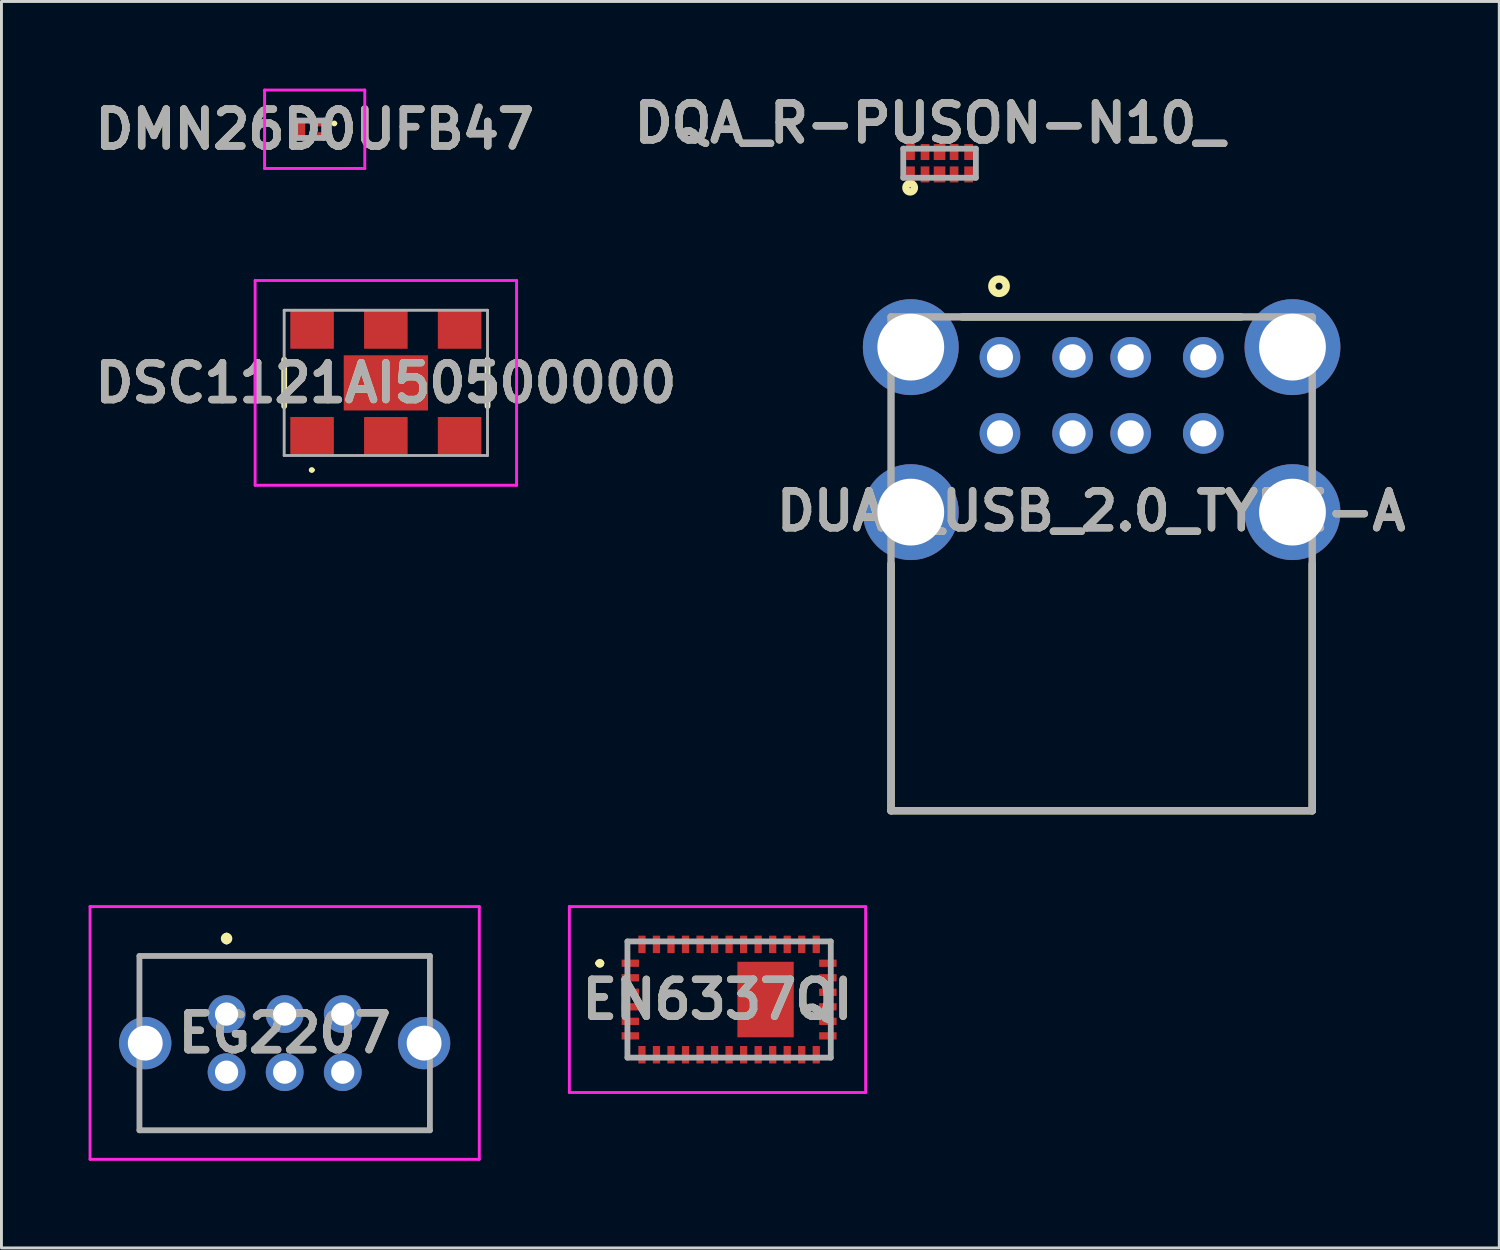
<source format=kicad_pcb>
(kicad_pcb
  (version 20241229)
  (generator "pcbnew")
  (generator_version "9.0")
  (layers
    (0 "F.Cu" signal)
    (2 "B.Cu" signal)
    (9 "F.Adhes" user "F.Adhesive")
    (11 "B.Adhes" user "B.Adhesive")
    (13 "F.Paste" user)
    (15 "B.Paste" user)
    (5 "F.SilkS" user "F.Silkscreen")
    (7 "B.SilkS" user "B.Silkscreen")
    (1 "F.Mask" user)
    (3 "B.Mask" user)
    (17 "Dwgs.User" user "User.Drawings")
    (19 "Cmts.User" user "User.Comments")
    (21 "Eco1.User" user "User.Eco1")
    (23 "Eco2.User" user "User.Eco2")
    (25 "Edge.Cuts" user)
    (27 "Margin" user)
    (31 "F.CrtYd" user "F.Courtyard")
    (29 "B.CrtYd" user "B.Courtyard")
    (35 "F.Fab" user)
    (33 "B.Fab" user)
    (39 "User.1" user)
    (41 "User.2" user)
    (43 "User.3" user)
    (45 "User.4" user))
  (footprint "DSC1121AI50500000"
    (layer "F.Cu")
    (at 10.233 10.131)
    (property "Reference" "DSC1121AI50500000" (at 0 0 0) (layer "F.SilkS") (effects (font (size 1.27 1.27) (thickness 0.254))))
    (attr smd)
    (fp_line (start -3.5 -0.8) (end -3.5 0.8) (stroke (width 0.2) (type solid)) (layer "F.SilkS"))
    (fp_line (start -2.6 3) (end -2.6 3) (stroke (width 0.1) (type solid)) (layer "F.SilkS"))
    (fp_line (start -2.5 3) (end -2.5 3) (stroke (width 0.1) (type solid)) (layer "F.SilkS"))
    (fp_line (start 3.5 -0.8) (end 3.5 0.8) (stroke (width 0.2) (type solid)) (layer "F.SilkS"))
    (fp_arc (start -2.6 3) (mid -2.55 2.95) (end -2.5 3) (stroke (width 0.1) (type solid)) (layer "F.SilkS"))
    (fp_arc (start -2.5 3) (mid -2.55 3.05) (end -2.6 3) (stroke (width 0.1) (type solid)) (layer "F.SilkS"))
    (fp_line (start -4.5 -3.525) (end 4.5 -3.525) (stroke (width 0.1) (type solid)) (layer "F.CrtYd"))
    (fp_line (start -4.5 3.525) (end -4.5 -3.525) (stroke (width 0.1) (type solid)) (layer "F.CrtYd"))
    (fp_line (start 4.5 -3.525) (end 4.5 3.525) (stroke (width 0.1) (type solid)) (layer "F.CrtYd"))
    (fp_line (start 4.5 3.525) (end -4.5 3.525) (stroke (width 0.1) (type solid)) (layer "F.CrtYd"))
    (fp_line (start -3.5 -2.5) (end 3.5 -2.5) (stroke (width 0.1) (type solid)) (layer "F.Fab"))
    (fp_line (start -3.5 2.5) (end -3.5 -2.5) (stroke (width 0.1) (type solid)) (layer "F.Fab"))
    (fp_line (start 3.5 -2.5) (end 3.5 2.5) (stroke (width 0.1) (type solid)) (layer "F.Fab"))
    (fp_line (start 3.5 2.5) (end -3.5 2.5) (stroke (width 0.1) (type solid)) (layer "F.Fab"))
    (fp_text user "${REFERENCE}" (at 0 0 0) (layer "F.Fab") (effects (font (size 1.27 1.27) (thickness 0.254))))
    (pad "1" smd rect (at -2.54 1.85 90) (size 1.35 1.5) (layers "F.Cu" "F.Mask" "F.Paste"))
    (pad "2" smd rect (at 0 1.85 90) (size 1.35 1.5) (layers "F.Cu" "F.Mask" "F.Paste"))
    (pad "3" smd rect (at 2.54 1.85 90) (size 1.35 1.5) (layers "F.Cu" "F.Mask" "F.Paste"))
    (pad "4" smd rect (at 2.54 -1.85 90) (size 1.35 1.5) (layers "F.Cu" "F.Mask" "F.Paste"))
    (pad "5" smd rect (at 0 -1.85 90) (size 1.35 1.5) (layers "F.Cu" "F.Mask" "F.Paste"))
    (pad "6" smd rect (at -2.54 -1.85 90) (size 1.35 1.5) (layers "F.Cu" "F.Mask" "F.Paste"))
    (pad "7" smd rect (at 0 0 90) (size 1.9 2.9) (layers "F.Cu" "F.Mask" "F.Paste")))
  (footprint "DMN26D0UFB47"
    (layer "F.Cu")
    (at 7.608 1.4)
    (property "Reference" "DMN26D0UFB47" (at 0.175 0 0) (layer "F.SilkS") (effects (font (size 1.27 1.27) (thickness 0.254))))
    (attr smd)
    (fp_line (start 0.8 -0.2) (end 0.8 -0.2) (stroke (width 0.1) (type solid)) (layer "F.SilkS"))
    (fp_line (start 0.9 -0.2) (end 0.9 -0.2) (stroke (width 0.1) (type solid)) (layer "F.SilkS"))
    (fp_arc (start 0.8 -0.2) (mid 0.85 -0.25) (end 0.9 -0.2) (stroke (width 0.1) (type solid)) (layer "F.SilkS"))
    (fp_arc (start 0.9 -0.2) (mid 0.85 -0.15) (end 0.8 -0.2) (stroke (width 0.1) (type solid)) (layer "F.SilkS"))
    (fp_line (start -1.55 -1.35) (end -1.55 1.35) (stroke (width 0.1) (type solid)) (layer "F.CrtYd"))
    (fp_line (start -1.55 1.35) (end 1.9 1.35) (stroke (width 0.1) (type solid)) (layer "F.CrtYd"))
    (fp_line (start 1.9 -1.35) (end -1.55 -1.35) (stroke (width 0.1) (type solid)) (layer "F.CrtYd"))
    (fp_line (start 1.9 1.35) (end 1.9 -1.35) (stroke (width 0.1) (type solid)) (layer "F.CrtYd"))
    (fp_line (start -0.5 -0.3) (end -0.5 0.3) (stroke (width 0.2) (type solid)) (layer "F.Fab"))
    (fp_line (start -0.5 0.3) (end 0.5 0.3) (stroke (width 0.2) (type solid)) (layer "F.Fab"))
    (fp_line (start 0.5 -0.3) (end -0.5 -0.3) (stroke (width 0.2) (type solid)) (layer "F.Fab"))
    (fp_line (start 0.5 0.3) (end 0.5 -0.3) (stroke (width 0.2) (type solid)) (layer "F.Fab"))
    (fp_text user "${REFERENCE}" (at 0.175 0 0) (layer "F.Fab") (effects (font (size 1.27 1.27) (thickness 0.254))))
    (pad "1" smd rect (at 0.35 -0.225 90) (size 0.25 0.4) (layers "F.Cu" "F.Mask" "F.Paste"))
    (pad "2" smd rect (at 0.35 0.225 90) (size 0.25 0.4) (layers "F.Cu" "F.Mask" "F.Paste"))
    (pad "3" smd rect (at -0.35 0) (size 0.4 0.7) (layers "F.Cu" "F.Mask" "F.Paste")))
  (footprint "DUAL_USB_2.0_TYPE-A"
    (layer "F.Cu")
    (at 34.874 24.86)
    (property "Reference" "DUAL_USB_2.0_TYPE-A" (at -0.36 -10.317 0) (layer "F.SilkS") (effects (font (size 1.27 1.27) (thickness 0.254))))
    (attr through_hole)
    (fp_line (start -7.25 0) (end -7.25 -8.5) (stroke (width 0.254) (type solid)) (layer "F.SilkS"))
    (fp_line (start -7.25 0) (end 7.25 0) (stroke (width 0.254) (type solid)) (layer "F.SilkS"))
    (fp_line (start -4.8 -17) (end 4.8 -17) (stroke (width 0.254) (type solid)) (layer "F.SilkS"))
    (fp_line (start 7.25 0) (end 7.25 -8.5) (stroke (width 0.254) (type solid)) (layer "F.SilkS"))
    (fp_circle (center -3.532 -18.056) (end -3.532 -17.935) (stroke (width 0.254) (type solid)) (fill no) (layer "F.SilkS"))
    (fp_line (start -7.25 -17) (end 7.25 -17) (stroke (width 0.254) (type solid)) (layer "F.Fab"))
    (fp_line (start -7.25 0) (end -7.25 -17) (stroke (width 0.254) (type solid)) (layer "F.Fab"))
    (fp_line (start 7.25 -17) (end 7.25 0) (stroke (width 0.254) (type solid)) (layer "F.Fab"))
    (fp_line (start 7.25 0) (end -7.25 0) (stroke (width 0.254) (type solid)) (layer "F.Fab"))
    (fp_text user "${REFERENCE}" (at -0.36 -10.317 0) (layer "F.Fab") (effects (font (size 1.27 1.27) (thickness 0.254))))
    (pad "1" thru_hole circle (at -3.5 -15.61) (size 1.4 1.4) (drill 0.9) (layers "*.Cu" "*.Mask"))
    (pad "2" thru_hole circle (at -1 -15.61) (size 1.4 1.4) (drill 0.9) (layers "*.Cu" "*.Mask"))
    (pad "3" thru_hole circle (at 1 -15.61) (size 1.4 1.4) (drill 0.9) (layers "*.Cu" "*.Mask"))
    (pad "4" thru_hole circle (at 3.5 -15.61) (size 1.4 1.4) (drill 0.9) (layers "*.Cu" "*.Mask"))
    (pad "5" thru_hole circle (at -3.5 -12.99) (size 1.4 1.4) (drill 0.9) (layers "*.Cu" "*.Mask"))
    (pad "6" thru_hole circle (at -1 -12.99) (size 1.4 1.4) (drill 0.9) (layers "*.Cu" "*.Mask"))
    (pad "7" thru_hole circle (at 1 -12.99) (size 1.4 1.4) (drill 0.9) (layers "*.Cu" "*.Mask"))
    (pad "8" thru_hole circle (at 3.5 -12.99) (size 1.4 1.4) (drill 0.9) (layers "*.Cu" "*.Mask"))
    (pad "9" thru_hole circle (at -6.57 -15.96) (size 3.3 3.3) (drill 2.3) (layers "*.Cu" "*.Mask"))
    (pad "10" thru_hole circle (at 6.57 -15.96) (size 3.3 3.3) (drill 2.3) (layers "*.Cu" "*.Mask"))
    (pad "11" thru_hole circle (at 6.57 -10.28) (size 3.3 3.3) (drill 2.3) (layers "*.Cu" "*.Mask"))
    (pad "12" thru_hole circle (at -6.57 -10.28) (size 3.3 3.3) (drill 2.3) (layers "*.Cu" "*.Mask")))
  (footprint "EN6337QI"
    (layer "F.Cu")
    (at 22.05 31.36)
    (property "Reference" "EN6337QI" (at -0.4 0 0) (layer "F.SilkS") (effects (font (size 1.27 1.27) (thickness 0.254))))
    (attr smd)
    (fp_line (start -4.5 -1.25) (end -4.5 -1.25) (stroke (width 0.2) (type solid)) (layer "F.SilkS"))
    (fp_line (start -4.5 -1.25) (end -4.5 -1.25) (stroke (width 0.2) (type solid)) (layer "F.SilkS"))
    (fp_line (start -4.4 -1.25) (end -4.4 -1.25) (stroke (width 0.2) (type solid)) (layer "F.SilkS"))
    (fp_line (start -3.5 -2) (end -3.5 -2) (stroke (width 0.1) (type solid)) (layer "F.SilkS"))
    (fp_line (start -3.5 -2) (end -3.5 -1.75) (stroke (width 0.1) (type solid)) (layer "F.SilkS"))
    (fp_line (start -3.5 -1.75) (end -3.5 -2) (stroke (width 0.1) (type solid)) (layer "F.SilkS"))
    (fp_line (start -3.5 -1.75) (end -3.5 -1.75) (stroke (width 0.1) (type solid)) (layer "F.SilkS"))
    (fp_line (start -3.5 1.75) (end -3.5 1.75) (stroke (width 0.1) (type solid)) (layer "F.SilkS"))
    (fp_line (start -3.5 1.75) (end -3.5 2) (stroke (width 0.1) (type solid)) (layer "F.SilkS"))
    (fp_line (start -3.5 2) (end -3.5 1.75) (stroke (width 0.1) (type solid)) (layer "F.SilkS"))
    (fp_line (start -3.5 2) (end -3.5 2) (stroke (width 0.1) (type solid)) (layer "F.SilkS"))
    (fp_line (start 3.5 -2) (end 3.5 -2) (stroke (width 0.1) (type solid)) (layer "F.SilkS"))
    (fp_line (start 3.5 -2) (end 3.5 -1.75) (stroke (width 0.1) (type solid)) (layer "F.SilkS"))
    (fp_line (start 3.5 -1.75) (end 3.5 -2) (stroke (width 0.1) (type solid)) (layer "F.SilkS"))
    (fp_line (start 3.5 -1.75) (end 3.5 -1.75) (stroke (width 0.1) (type solid)) (layer "F.SilkS"))
    (fp_line (start 3.5 1.75) (end 3.5 1.75) (stroke (width 0.1) (type solid)) (layer "F.SilkS"))
    (fp_line (start 3.5 1.75) (end 3.5 2) (stroke (width 0.1) (type solid)) (layer "F.SilkS"))
    (fp_line (start 3.5 2) (end 3.5 1.75) (stroke (width 0.1) (type solid)) (layer "F.SilkS"))
    (fp_line (start 3.5 2) (end 3.5 2) (stroke (width 0.1) (type solid)) (layer "F.SilkS"))
    (fp_arc (start -4.5 -1.25) (mid -4.45 -1.3) (end -4.4 -1.25) (stroke (width 0.2) (type solid)) (layer "F.SilkS"))
    (fp_arc (start -4.4 -1.25) (mid -4.45 -1.2) (end -4.5 -1.25) (stroke (width 0.2) (type solid)) (layer "F.SilkS"))
    (fp_arc (start -4.4 -1.25) (mid -4.45 -1.2) (end -4.5 -1.25) (stroke (width 0.2) (type solid)) (layer "F.SilkS"))
    (fp_line (start -5.5 -3.2) (end 4.7 -3.2) (stroke (width 0.1) (type solid)) (layer "F.CrtYd"))
    (fp_line (start -5.5 3.2) (end -5.5 -3.2) (stroke (width 0.1) (type solid)) (layer "F.CrtYd"))
    (fp_line (start 4.7 -3.2) (end 4.7 3.2) (stroke (width 0.1) (type solid)) (layer "F.CrtYd"))
    (fp_line (start 4.7 3.2) (end -5.5 3.2) (stroke (width 0.1) (type solid)) (layer "F.CrtYd"))
    (fp_line (start -3.5 -2) (end -3.5 2) (stroke (width 0.2) (type solid)) (layer "F.Fab"))
    (fp_line (start -3.5 2) (end 3.5 2) (stroke (width 0.2) (type solid)) (layer "F.Fab"))
    (fp_line (start 3.5 -2) (end -3.5 -2) (stroke (width 0.2) (type solid)) (layer "F.Fab"))
    (fp_line (start 3.5 2) (end 3.5 -2) (stroke (width 0.2) (type solid)) (layer "F.Fab"))
    (fp_text user "${REFERENCE}" (at -0.4 0 0) (layer "F.Fab") (effects (font (size 1.27 1.27) (thickness 0.254))))
    (pad "1" smd rect (at -3.4 -1.25 90) (size 0.25 0.6) (layers "F.Cu" "F.Mask" "F.Paste"))
    (pad "2" smd rect (at -3.4 -0.75 90) (size 0.25 0.6) (layers "F.Cu" "F.Mask" "F.Paste"))
    (pad "3" smd rect (at -3.4 -0.25 90) (size 0.25 0.6) (layers "F.Cu" "F.Mask" "F.Paste"))
    (pad "4" smd rect (at -3.4 0.25 90) (size 0.25 0.6) (layers "F.Cu" "F.Mask" "F.Paste"))
    (pad "5" smd rect (at -3.4 0.75 90) (size 0.25 0.6) (layers "F.Cu" "F.Mask" "F.Paste"))
    (pad "6" smd rect (at -3.4 1.25 90) (size 0.25 0.6) (layers "F.Cu" "F.Mask" "F.Paste"))
    (pad "7" smd rect (at -3 1.9) (size 0.25 0.6) (layers "F.Cu" "F.Mask" "F.Paste"))
    (pad "8" smd rect (at -2.5 1.9) (size 0.25 0.6) (layers "F.Cu" "F.Mask" "F.Paste"))
    (pad "9" smd rect (at -2 1.9) (size 0.25 0.6) (layers "F.Cu" "F.Mask" "F.Paste"))
    (pad "10" smd rect (at -1.5 1.9) (size 0.25 0.6) (layers "F.Cu" "F.Mask" "F.Paste"))
    (pad "11" smd rect (at -1 1.9) (size 0.25 0.6) (layers "F.Cu" "F.Mask" "F.Paste"))
    (pad "12" smd rect (at -0.5 1.9) (size 0.25 0.6) (layers "F.Cu" "F.Mask" "F.Paste"))
    (pad "13" smd rect (at 0 1.9) (size 0.25 0.6) (layers "F.Cu" "F.Mask" "F.Paste"))
    (pad "14" smd rect (at 0.5 1.9) (size 0.25 0.6) (layers "F.Cu" "F.Mask" "F.Paste"))
    (pad "15" smd rect (at 1 1.9) (size 0.25 0.6) (layers "F.Cu" "F.Mask" "F.Paste"))
    (pad "16" smd rect (at 1.5 1.9) (size 0.25 0.6) (layers "F.Cu" "F.Mask" "F.Paste"))
    (pad "17" smd rect (at 2 1.9) (size 0.25 0.6) (layers "F.Cu" "F.Mask" "F.Paste"))
    (pad "18" smd rect (at 2.5 1.9) (size 0.25 0.6) (layers "F.Cu" "F.Mask" "F.Paste"))
    (pad "19" smd rect (at 3 1.9) (size 0.25 0.6) (layers "F.Cu" "F.Mask" "F.Paste"))
    (pad "20" smd rect (at 3.4 1.25 90) (size 0.25 0.6) (layers "F.Cu" "F.Mask" "F.Paste"))
    (pad "21" smd rect (at 3.4 0.75 90) (size 0.25 0.6) (layers "F.Cu" "F.Mask" "F.Paste"))
    (pad "22" smd rect (at 3.4 0.25 90) (size 0.25 0.6) (layers "F.Cu" "F.Mask" "F.Paste"))
    (pad "23" smd rect (at 3.4 -0.25 90) (size 0.25 0.6) (layers "F.Cu" "F.Mask" "F.Paste"))
    (pad "24" smd rect (at 3.4 -0.75 90) (size 0.25 0.6) (layers "F.Cu" "F.Mask" "F.Paste"))
    (pad "25" smd rect (at 3.4 -1.25 90) (size 0.25 0.6) (layers "F.Cu" "F.Mask" "F.Paste"))
    (pad "26" smd rect (at 3 -1.9) (size 0.25 0.6) (layers "F.Cu" "F.Mask" "F.Paste"))
    (pad "27" smd rect (at 2.5 -1.9) (size 0.25 0.6) (layers "F.Cu" "F.Mask" "F.Paste"))
    (pad "28" smd rect (at 2 -1.9) (size 0.25 0.6) (layers "F.Cu" "F.Mask" "F.Paste"))
    (pad "29" smd rect (at 1.5 -1.9) (size 0.25 0.6) (layers "F.Cu" "F.Mask" "F.Paste"))
    (pad "30" smd rect (at 1 -1.9) (size 0.25 0.6) (layers "F.Cu" "F.Mask" "F.Paste"))
    (pad "31" smd rect (at 0.5 -1.9) (size 0.25 0.6) (layers "F.Cu" "F.Mask" "F.Paste"))
    (pad "32" smd rect (at 0 -1.9) (size 0.25 0.6) (layers "F.Cu" "F.Mask" "F.Paste"))
    (pad "33" smd rect (at -0.5 -1.9) (size 0.25 0.6) (layers "F.Cu" "F.Mask" "F.Paste"))
    (pad "34" smd rect (at -1 -1.9) (size 0.25 0.6) (layers "F.Cu" "F.Mask" "F.Paste"))
    (pad "35" smd rect (at -1.5 -1.9) (size 0.25 0.6) (layers "F.Cu" "F.Mask" "F.Paste"))
    (pad "36" smd rect (at -2 -1.9) (size 0.25 0.6) (layers "F.Cu" "F.Mask" "F.Paste"))
    (pad "37" smd rect (at -2.5 -1.9) (size 0.25 0.6) (layers "F.Cu" "F.Mask" "F.Paste"))
    (pad "38" smd rect (at -3 -1.9) (size 0.25 0.6) (layers "F.Cu" "F.Mask" "F.Paste"))
    (pad "39" smd rect (at 1.255 0) (size 1.94 2.6) (layers "F.Cu" "F.Mask" "F.Paste")))
  (footprint "DQA_R-PUSON-N10_"
    (layer "F.Cu")
    (at 29.295 2.569)
    (property "Reference" "DQA_R-PUSON-N10_" (at -0.345 -1.38 0) (layer "F.SilkS") (effects (font (size 1.27 1.27) (thickness 0.254))))
    (attr smd)
    (fp_circle (center -1.013 0.842) (end -1.013 0.861) (stroke (width 0.254) (type solid)) (fill no) (layer "F.SilkS"))
    (fp_line (start -1.25 -0.5) (end 1.25 -0.5) (stroke (width 0.2) (type solid)) (layer "F.Fab"))
    (fp_line (start -1.25 0.5) (end -1.25 -0.5) (stroke (width 0.2) (type solid)) (layer "F.Fab"))
    (fp_line (start 1.25 -0.5) (end 1.25 0.5) (stroke (width 0.2) (type solid)) (layer "F.Fab"))
    (fp_line (start 1.25 0.5) (end -1.25 0.5) (stroke (width 0.2) (type solid)) (layer "F.Fab"))
    (fp_text user "${REFERENCE}" (at -0.345 -1.38 0) (layer "F.Fab") (effects (font (size 1.27 1.27) (thickness 0.254))))
    (pad "1" smd rect (at -1 0.385) (size 0.3 0.55) (layers "F.Cu" "F.Mask" "F.Paste"))
    (pad "2" smd rect (at -0.5 0.385) (size 0.3 0.55) (layers "F.Cu" "F.Mask" "F.Paste"))
    (pad "3" smd rect (at 0 0.385) (size 0.4 0.55) (layers "F.Cu" "F.Mask" "F.Paste"))
    (pad "4" smd rect (at 0.5 0.385) (size 0.3 0.55) (layers "F.Cu" "F.Mask" "F.Paste"))
    (pad "5" smd rect (at 1 0.385) (size 0.3 0.55) (layers "F.Cu" "F.Mask" "F.Paste"))
    (pad "6" smd rect (at 1 -0.385) (size 0.3 0.55) (layers "F.Cu" "F.Mask" "F.Paste"))
    (pad "7" smd rect (at 0.5 -0.385) (size 0.3 0.55) (layers "F.Cu" "F.Mask" "F.Paste"))
    (pad "8" smd rect (at 0 -0.385) (size 0.4 0.55) (layers "F.Cu" "F.Mask" "F.Paste"))
    (pad "9" smd rect (at -0.5 -0.385) (size 0.3 0.55) (layers "F.Cu" "F.Mask" "F.Paste"))
    (pad "10" smd rect (at -1 -0.385) (size 0.3 0.55) (layers "F.Cu" "F.Mask" "F.Paste")))
  (footprint "EG2207"
    (layer "F.Cu")
    (at 4.75 31.86)
    (property "Reference" "EG2207" (at 2 0.65 0) (layer "F.SilkS") (effects (font (size 1.27 1.27) (thickness 0.254))))
    (attr through_hole)
    (fp_line (start -3 -2) (end 7 -2) (stroke (width 0.1) (type solid)) (layer "F.SilkS"))
    (fp_line (start 0 -2.7) (end 0 -2.7) (stroke (width 0.2) (type solid)) (layer "F.SilkS"))
    (fp_line (start 0 -2.5) (end 0 -2.5) (stroke (width 0.2) (type solid)) (layer "F.SilkS"))
    (fp_line (start 6.8 4) (end -3 4) (stroke (width 0.1) (type solid)) (layer "F.SilkS"))
    (fp_arc (start 0 -2.7) (mid 0.1 -2.6) (end 0 -2.5) (stroke (width 0.2) (type solid)) (layer "F.SilkS"))
    (fp_arc (start 0 -2.5) (mid -0.1 -2.6) (end 0 -2.7) (stroke (width 0.2) (type solid)) (layer "F.SilkS"))
    (fp_line (start -4.7 -3.7) (end 8.7 -3.7) (stroke (width 0.1) (type solid)) (layer "F.CrtYd"))
    (fp_line (start -4.7 5) (end -4.7 -3.7) (stroke (width 0.1) (type solid)) (layer "F.CrtYd"))
    (fp_line (start 8.7 -3.7) (end 8.7 5) (stroke (width 0.1) (type solid)) (layer "F.CrtYd"))
    (fp_line (start 8.7 5) (end -4.7 5) (stroke (width 0.1) (type solid)) (layer "F.CrtYd"))
    (fp_line (start -3 -2) (end 7 -2) (stroke (width 0.2) (type solid)) (layer "F.Fab"))
    (fp_line (start -3 4) (end -3 -2) (stroke (width 0.2) (type solid)) (layer "F.Fab"))
    (fp_line (start 7 -2) (end 7 4) (stroke (width 0.2) (type solid)) (layer "F.Fab"))
    (fp_line (start 7 4) (end -3 4) (stroke (width 0.2) (type solid)) (layer "F.Fab"))
    (fp_text user "${REFERENCE}" (at 2 0.65 0) (layer "F.Fab") (effects (font (size 1.27 1.27) (thickness 0.254))))
    (pad "1" thru_hole circle (at 0 0) (size 1.3 1.3) (drill 0.8) (layers "*.Cu" "*.Mask"))
    (pad "2" thru_hole circle (at 2 0) (size 1.3 1.3) (drill 0.8) (layers "*.Cu" "*.Mask"))
    (pad "3" thru_hole circle (at 4 0) (size 1.3 1.3) (drill 0.8) (layers "*.Cu" "*.Mask"))
    (pad "4" thru_hole circle (at 0 2) (size 1.3 1.3) (drill 0.8) (layers "*.Cu" "*.Mask"))
    (pad "5" thru_hole circle (at 2 2) (size 1.3 1.3) (drill 0.8) (layers "*.Cu" "*.Mask"))
    (pad "6" thru_hole circle (at 4 2) (size 1.3 1.3) (drill 0.8) (layers "*.Cu" "*.Mask"))
    (pad "MH1" thru_hole circle (at -2.8 1) (size 1.8 1.8) (drill 1.2) (layers "*.Cu" "*.Mask"))
    (pad "MH2" thru_hole circle (at 6.8 1) (size 1.8 1.8) (drill 1.2) (layers "*.Cu" "*.Mask")))
  (gr_rect
    (start -3 -3)
    (end 48.563 39.91)
    (stroke (width 0.1) (type default))
    (fill no)
    (layer "Edge.Cuts")))
</source>
